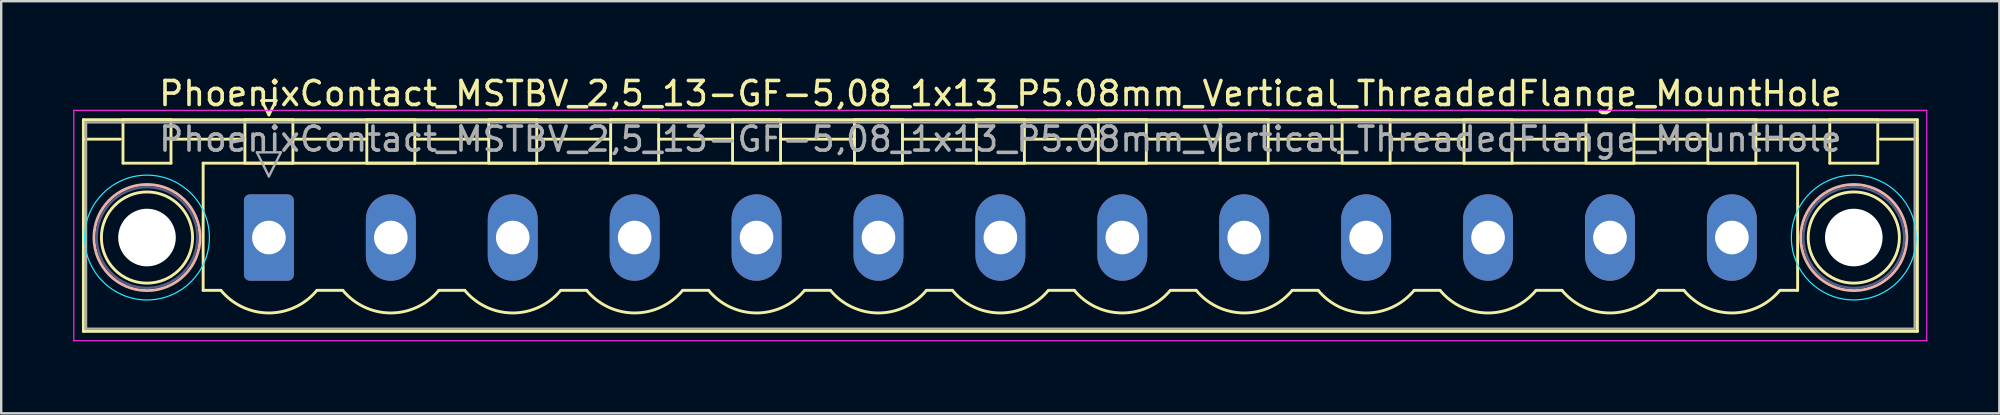
<source format=kicad_pcb>
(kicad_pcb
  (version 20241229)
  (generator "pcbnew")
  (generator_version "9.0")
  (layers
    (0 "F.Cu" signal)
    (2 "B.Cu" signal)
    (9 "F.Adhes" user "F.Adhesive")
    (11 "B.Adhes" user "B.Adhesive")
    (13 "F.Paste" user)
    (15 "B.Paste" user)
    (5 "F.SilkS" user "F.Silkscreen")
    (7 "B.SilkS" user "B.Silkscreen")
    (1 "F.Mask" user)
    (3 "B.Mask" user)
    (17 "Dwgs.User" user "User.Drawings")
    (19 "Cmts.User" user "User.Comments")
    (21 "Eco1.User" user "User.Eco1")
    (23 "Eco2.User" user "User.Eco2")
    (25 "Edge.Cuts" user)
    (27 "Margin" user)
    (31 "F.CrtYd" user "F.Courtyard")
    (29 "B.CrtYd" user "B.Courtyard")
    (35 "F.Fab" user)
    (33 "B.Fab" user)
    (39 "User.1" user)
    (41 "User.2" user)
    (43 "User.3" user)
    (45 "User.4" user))
  (footprint "PhoenixContact_MSTBV_2,5_13-GF-5,08_1x13_P5.08mm_Vertical_ThreadedFlange_MountHole"
    (layer "F.Cu")
    (at 8.155 6.848)
    (property "Reference" "PhoenixContact_MSTBV_2,5_13-GF-5,08_1x13_P5.08mm_Vertical_ThreadedFlange_MountHole" (at 30.48 -6 0) (layer "F.SilkS") (effects (font (size 1 1) (thickness 0.15))))
    (attr through_hole)
    (fp_line (start -7.73 -4.91) (end -7.73 3.91) (stroke (width 0.12) (type solid)) (layer "F.SilkS"))
    (fp_line (start -7.73 -4.1) (end -6.19 -4.1) (stroke (width 0.12) (type solid)) (layer "F.SilkS"))
    (fp_line (start -7.73 3.91) (end 68.69 3.91) (stroke (width 0.12) (type solid)) (layer "F.SilkS"))
    (fp_line (start -6.08 -4.91) (end -4.08 -4.91) (stroke (width 0.12) (type solid)) (layer "F.SilkS"))
    (fp_line (start -6.08 -3.1) (end -6.08 -4.91) (stroke (width 0.12) (type solid)) (layer "F.SilkS"))
    (fp_line (start -4.08 -4.91) (end -4.08 -3.1) (stroke (width 0.12) (type solid)) (layer "F.SilkS"))
    (fp_line (start -4.08 -4.1) (end -1 -4.1) (stroke (width 0.12) (type solid)) (layer "F.SilkS"))
    (fp_line (start -4.08 -3.1) (end -6.08 -3.1) (stroke (width 0.12) (type solid)) (layer "F.SilkS"))
    (fp_line (start -2.74 -3.1) (end 63.7 -3.1) (stroke (width 0.12) (type solid)) (layer "F.SilkS"))
    (fp_line (start -2.74 2.2) (end -2.74 -3.1) (stroke (width 0.12) (type solid)) (layer "F.SilkS"))
    (fp_line (start -2 2.2) (end -2.74 2.2) (stroke (width 0.12) (type solid)) (layer "F.SilkS"))
    (fp_line (start -1 -4.91) (end 1 -4.91) (stroke (width 0.12) (type solid)) (layer "F.SilkS"))
    (fp_line (start -1 -3.1) (end -1 -4.91) (stroke (width 0.12) (type solid)) (layer "F.SilkS"))
    (fp_line (start -0.3 -5.71) (end 0.3 -5.71) (stroke (width 0.12) (type solid)) (layer "F.SilkS"))
    (fp_line (start 0 -5.11) (end -0.3 -5.71) (stroke (width 0.12) (type solid)) (layer "F.SilkS"))
    (fp_line (start 0.3 -5.71) (end 0 -5.11) (stroke (width 0.12) (type solid)) (layer "F.SilkS"))
    (fp_line (start 1 -4.91) (end 1 -3.1) (stroke (width 0.12) (type solid)) (layer "F.SilkS"))
    (fp_line (start 1 -4.1) (end 4.08 -4.1) (stroke (width 0.12) (type solid)) (layer "F.SilkS"))
    (fp_line (start 1 -3.1) (end -1 -3.1) (stroke (width 0.12) (type solid)) (layer "F.SilkS"))
    (fp_line (start 2 2.2) (end 3.08 2.2) (stroke (width 0.12) (type solid)) (layer "F.SilkS"))
    (fp_line (start 4.08 -4.91) (end 6.08 -4.91) (stroke (width 0.12) (type solid)) (layer "F.SilkS"))
    (fp_line (start 4.08 -3.1) (end 4.08 -4.91) (stroke (width 0.12) (type solid)) (layer "F.SilkS"))
    (fp_line (start 6.08 -4.91) (end 6.08 -3.1) (stroke (width 0.12) (type solid)) (layer "F.SilkS"))
    (fp_line (start 6.08 -4.1) (end 9.16 -4.1) (stroke (width 0.12) (type solid)) (layer "F.SilkS"))
    (fp_line (start 6.08 -3.1) (end 4.08 -3.1) (stroke (width 0.12) (type solid)) (layer "F.SilkS"))
    (fp_line (start 7.08 2.2) (end 8.16 2.2) (stroke (width 0.12) (type solid)) (layer "F.SilkS"))
    (fp_line (start 9.16 -4.91) (end 11.16 -4.91) (stroke (width 0.12) (type solid)) (layer "F.SilkS"))
    (fp_line (start 9.16 -3.1) (end 9.16 -4.91) (stroke (width 0.12) (type solid)) (layer "F.SilkS"))
    (fp_line (start 11.16 -4.91) (end 11.16 -3.1) (stroke (width 0.12) (type solid)) (layer "F.SilkS"))
    (fp_line (start 11.16 -4.1) (end 14.24 -4.1) (stroke (width 0.12) (type solid)) (layer "F.SilkS"))
    (fp_line (start 11.16 -3.1) (end 9.16 -3.1) (stroke (width 0.12) (type solid)) (layer "F.SilkS"))
    (fp_line (start 12.16 2.2) (end 13.24 2.2) (stroke (width 0.12) (type solid)) (layer "F.SilkS"))
    (fp_line (start 14.24 -4.91) (end 16.24 -4.91) (stroke (width 0.12) (type solid)) (layer "F.SilkS"))
    (fp_line (start 14.24 -3.1) (end 14.24 -4.91) (stroke (width 0.12) (type solid)) (layer "F.SilkS"))
    (fp_line (start 16.24 -4.91) (end 16.24 -3.1) (stroke (width 0.12) (type solid)) (layer "F.SilkS"))
    (fp_line (start 16.24 -4.1) (end 19.32 -4.1) (stroke (width 0.12) (type solid)) (layer "F.SilkS"))
    (fp_line (start 16.24 -3.1) (end 14.24 -3.1) (stroke (width 0.12) (type solid)) (layer "F.SilkS"))
    (fp_line (start 17.24 2.2) (end 18.32 2.2) (stroke (width 0.12) (type solid)) (layer "F.SilkS"))
    (fp_line (start 19.32 -4.91) (end 21.32 -4.91) (stroke (width 0.12) (type solid)) (layer "F.SilkS"))
    (fp_line (start 19.32 -3.1) (end 19.32 -4.91) (stroke (width 0.12) (type solid)) (layer "F.SilkS"))
    (fp_line (start 21.32 -4.91) (end 21.32 -3.1) (stroke (width 0.12) (type solid)) (layer "F.SilkS"))
    (fp_line (start 21.32 -4.1) (end 24.4 -4.1) (stroke (width 0.12) (type solid)) (layer "F.SilkS"))
    (fp_line (start 21.32 -3.1) (end 19.32 -3.1) (stroke (width 0.12) (type solid)) (layer "F.SilkS"))
    (fp_line (start 22.32 2.2) (end 23.4 2.2) (stroke (width 0.12) (type solid)) (layer "F.SilkS"))
    (fp_line (start 24.4 -4.91) (end 26.4 -4.91) (stroke (width 0.12) (type solid)) (layer "F.SilkS"))
    (fp_line (start 24.4 -3.1) (end 24.4 -4.91) (stroke (width 0.12) (type solid)) (layer "F.SilkS"))
    (fp_line (start 26.4 -4.91) (end 26.4 -3.1) (stroke (width 0.12) (type solid)) (layer "F.SilkS"))
    (fp_line (start 26.4 -4.1) (end 29.48 -4.1) (stroke (width 0.12) (type solid)) (layer "F.SilkS"))
    (fp_line (start 26.4 -3.1) (end 24.4 -3.1) (stroke (width 0.12) (type solid)) (layer "F.SilkS"))
    (fp_line (start 27.4 2.2) (end 28.48 2.2) (stroke (width 0.12) (type solid)) (layer "F.SilkS"))
    (fp_line (start 29.48 -4.91) (end 31.48 -4.91) (stroke (width 0.12) (type solid)) (layer "F.SilkS"))
    (fp_line (start 29.48 -3.1) (end 29.48 -4.91) (stroke (width 0.12) (type solid)) (layer "F.SilkS"))
    (fp_line (start 31.48 -4.91) (end 31.48 -3.1) (stroke (width 0.12) (type solid)) (layer "F.SilkS"))
    (fp_line (start 31.48 -4.1) (end 34.56 -4.1) (stroke (width 0.12) (type solid)) (layer "F.SilkS"))
    (fp_line (start 31.48 -3.1) (end 29.48 -3.1) (stroke (width 0.12) (type solid)) (layer "F.SilkS"))
    (fp_line (start 32.48 2.2) (end 33.56 2.2) (stroke (width 0.12) (type solid)) (layer "F.SilkS"))
    (fp_line (start 34.56 -4.91) (end 36.56 -4.91) (stroke (width 0.12) (type solid)) (layer "F.SilkS"))
    (fp_line (start 34.56 -3.1) (end 34.56 -4.91) (stroke (width 0.12) (type solid)) (layer "F.SilkS"))
    (fp_line (start 36.56 -4.91) (end 36.56 -3.1) (stroke (width 0.12) (type solid)) (layer "F.SilkS"))
    (fp_line (start 36.56 -4.1) (end 39.64 -4.1) (stroke (width 0.12) (type solid)) (layer "F.SilkS"))
    (fp_line (start 36.56 -3.1) (end 34.56 -3.1) (stroke (width 0.12) (type solid)) (layer "F.SilkS"))
    (fp_line (start 37.56 2.2) (end 38.64 2.2) (stroke (width 0.12) (type solid)) (layer "F.SilkS"))
    (fp_line (start 39.64 -4.91) (end 41.64 -4.91) (stroke (width 0.12) (type solid)) (layer "F.SilkS"))
    (fp_line (start 39.64 -3.1) (end 39.64 -4.91) (stroke (width 0.12) (type solid)) (layer "F.SilkS"))
    (fp_line (start 41.64 -4.91) (end 41.64 -3.1) (stroke (width 0.12) (type solid)) (layer "F.SilkS"))
    (fp_line (start 41.64 -4.1) (end 44.72 -4.1) (stroke (width 0.12) (type solid)) (layer "F.SilkS"))
    (fp_line (start 41.64 -3.1) (end 39.64 -3.1) (stroke (width 0.12) (type solid)) (layer "F.SilkS"))
    (fp_line (start 42.64 2.2) (end 43.72 2.2) (stroke (width 0.12) (type solid)) (layer "F.SilkS"))
    (fp_line (start 44.72 -4.91) (end 46.72 -4.91) (stroke (width 0.12) (type solid)) (layer "F.SilkS"))
    (fp_line (start 44.72 -3.1) (end 44.72 -4.91) (stroke (width 0.12) (type solid)) (layer "F.SilkS"))
    (fp_line (start 46.72 -4.91) (end 46.72 -3.1) (stroke (width 0.12) (type solid)) (layer "F.SilkS"))
    (fp_line (start 46.72 -4.1) (end 49.8 -4.1) (stroke (width 0.12) (type solid)) (layer "F.SilkS"))
    (fp_line (start 46.72 -3.1) (end 44.72 -3.1) (stroke (width 0.12) (type solid)) (layer "F.SilkS"))
    (fp_line (start 47.72 2.2) (end 48.8 2.2) (stroke (width 0.12) (type solid)) (layer "F.SilkS"))
    (fp_line (start 49.8 -4.91) (end 51.8 -4.91) (stroke (width 0.12) (type solid)) (layer "F.SilkS"))
    (fp_line (start 49.8 -3.1) (end 49.8 -4.91) (stroke (width 0.12) (type solid)) (layer "F.SilkS"))
    (fp_line (start 51.8 -4.91) (end 51.8 -3.1) (stroke (width 0.12) (type solid)) (layer "F.SilkS"))
    (fp_line (start 51.8 -4.1) (end 54.88 -4.1) (stroke (width 0.12) (type solid)) (layer "F.SilkS"))
    (fp_line (start 51.8 -3.1) (end 49.8 -3.1) (stroke (width 0.12) (type solid)) (layer "F.SilkS"))
    (fp_line (start 52.8 2.2) (end 53.88 2.2) (stroke (width 0.12) (type solid)) (layer "F.SilkS"))
    (fp_line (start 54.88 -4.91) (end 56.88 -4.91) (stroke (width 0.12) (type solid)) (layer "F.SilkS"))
    (fp_line (start 54.88 -3.1) (end 54.88 -4.91) (stroke (width 0.12) (type solid)) (layer "F.SilkS"))
    (fp_line (start 56.88 -4.91) (end 56.88 -3.1) (stroke (width 0.12) (type solid)) (layer "F.SilkS"))
    (fp_line (start 56.88 -4.1) (end 59.96 -4.1) (stroke (width 0.12) (type solid)) (layer "F.SilkS"))
    (fp_line (start 56.88 -3.1) (end 54.88 -3.1) (stroke (width 0.12) (type solid)) (layer "F.SilkS"))
    (fp_line (start 57.88 2.2) (end 58.96 2.2) (stroke (width 0.12) (type solid)) (layer "F.SilkS"))
    (fp_line (start 59.96 -4.91) (end 61.96 -4.91) (stroke (width 0.12) (type solid)) (layer "F.SilkS"))
    (fp_line (start 59.96 -3.1) (end 59.96 -4.91) (stroke (width 0.12) (type solid)) (layer "F.SilkS"))
    (fp_line (start 61.96 -4.91) (end 61.96 -3.1) (stroke (width 0.12) (type solid)) (layer "F.SilkS"))
    (fp_line (start 61.96 -4.1) (end 65.04 -4.1) (stroke (width 0.12) (type solid)) (layer "F.SilkS"))
    (fp_line (start 61.96 -3.1) (end 59.96 -3.1) (stroke (width 0.12) (type solid)) (layer "F.SilkS"))
    (fp_line (start 63.7 -3.1) (end 63.7 2.2) (stroke (width 0.12) (type solid)) (layer "F.SilkS"))
    (fp_line (start 63.7 2.2) (end 62.96 2.2) (stroke (width 0.12) (type solid)) (layer "F.SilkS"))
    (fp_line (start 65.04 -4.91) (end 67.04 -4.91) (stroke (width 0.12) (type solid)) (layer "F.SilkS"))
    (fp_line (start 65.04 -3.1) (end 65.04 -4.91) (stroke (width 0.12) (type solid)) (layer "F.SilkS"))
    (fp_line (start 67.04 -4.91) (end 67.04 -3.1) (stroke (width 0.12) (type solid)) (layer "F.SilkS"))
    (fp_line (start 67.04 -3.1) (end 65.04 -3.1) (stroke (width 0.12) (type solid)) (layer "F.SilkS"))
    (fp_line (start 68.69 -4.91) (end -7.73 -4.91) (stroke (width 0.12) (type solid)) (layer "F.SilkS"))
    (fp_line (start 68.69 -4.1) (end 67.15 -4.1) (stroke (width 0.12) (type solid)) (layer "F.SilkS"))
    (fp_line (start 68.69 3.91) (end 68.69 -4.91) (stroke (width 0.12) (type solid)) (layer "F.SilkS"))
    (fp_arc (start 1.986842 2.215821) (mid -0.010289 3.142758) (end -2 2.2) (stroke (width 0.12) (type solid)) (layer "F.SilkS"))
    (fp_arc (start 7.066842 2.215821) (mid 5.069711 3.142758) (end 3.08 2.2) (stroke (width 0.12) (type solid)) (layer "F.SilkS"))
    (fp_arc (start 12.146842 2.215821) (mid 10.149711 3.142758) (end 8.16 2.2) (stroke (width 0.12) (type solid)) (layer "F.SilkS"))
    (fp_arc (start 17.226842 2.215821) (mid 15.229711 3.142758) (end 13.24 2.2) (stroke (width 0.12) (type solid)) (layer "F.SilkS"))
    (fp_arc (start 22.306842 2.215821) (mid 20.309711 3.142758) (end 18.32 2.2) (stroke (width 0.12) (type solid)) (layer "F.SilkS"))
    (fp_arc (start 27.386842 2.215821) (mid 25.389711 3.142758) (end 23.4 2.2) (stroke (width 0.12) (type solid)) (layer "F.SilkS"))
    (fp_arc (start 32.466842 2.215821) (mid 30.469711 3.142758) (end 28.48 2.2) (stroke (width 0.12) (type solid)) (layer "F.SilkS"))
    (fp_arc (start 37.546842 2.215821) (mid 35.549711 3.142758) (end 33.56 2.2) (stroke (width 0.12) (type solid)) (layer "F.SilkS"))
    (fp_arc (start 42.626842 2.215821) (mid 40.629711 3.142758) (end 38.64 2.2) (stroke (width 0.12) (type solid)) (layer "F.SilkS"))
    (fp_arc (start 47.706842 2.215821) (mid 45.709711 3.142758) (end 43.72 2.2) (stroke (width 0.12) (type solid)) (layer "F.SilkS"))
    (fp_arc (start 52.786842 2.215821) (mid 50.789711 3.142758) (end 48.8 2.2) (stroke (width 0.12) (type solid)) (layer "F.SilkS"))
    (fp_arc (start 57.866842 2.215821) (mid 55.869711 3.142758) (end 53.88 2.2) (stroke (width 0.12) (type solid)) (layer "F.SilkS"))
    (fp_arc (start 62.946842 2.215821) (mid 60.949711 3.142758) (end 58.96 2.2) (stroke (width 0.12) (type solid)) (layer "F.SilkS"))
    (fp_circle (center -5.08 0) (end -3.18 0) (stroke (width 0.12) (type solid)) (fill no) (layer "F.SilkS"))
    (fp_circle (center 66.04 0) (end 67.94 0) (stroke (width 0.12) (type solid)) (fill no) (layer "F.SilkS"))
    (fp_circle (center -5.08 0) (end -2.87 0) (stroke (width 0.12) (type solid)) (fill no) (layer "B.SilkS"))
    (fp_circle (center 66.04 0) (end 68.25 0) (stroke (width 0.12) (type solid)) (fill no) (layer "B.SilkS"))
    (fp_circle (center -5.08 0) (end -2.48 0) (stroke (width 0.05) (type solid)) (fill no) (layer "B.CrtYd"))
    (fp_circle (center 66.04 0) (end 68.64 0) (stroke (width 0.05) (type solid)) (fill no) (layer "B.CrtYd"))
    (fp_line (start -8.13 -5.3) (end -8.13 4.3) (stroke (width 0.05) (type solid)) (layer "F.CrtYd"))
    (fp_line (start -8.13 4.3) (end 69.08 4.3) (stroke (width 0.05) (type solid)) (layer "F.CrtYd"))
    (fp_line (start 69.08 -5.3) (end -8.13 -5.3) (stroke (width 0.05) (type solid)) (layer "F.CrtYd"))
    (fp_line (start 69.08 4.3) (end 69.08 -5.3) (stroke (width 0.05) (type solid)) (layer "F.CrtYd"))
    (fp_circle (center -5.08 0) (end -2.98 0) (stroke (width 0.1) (type solid)) (fill no) (layer "B.Fab"))
    (fp_circle (center 66.04 0) (end 68.14 0) (stroke (width 0.1) (type solid)) (fill no) (layer "B.Fab"))
    (fp_line (start -7.62 -4.8) (end -7.62 3.8) (stroke (width 0.1) (type solid)) (layer "F.Fab"))
    (fp_line (start -7.62 3.8) (end 68.58 3.8) (stroke (width 0.1) (type solid)) (layer "F.Fab"))
    (fp_line (start -0.5 -3.55) (end 0.5 -3.55) (stroke (width 0.1) (type solid)) (layer "F.Fab"))
    (fp_line (start 0 -2.55) (end -0.5 -3.55) (stroke (width 0.1) (type solid)) (layer "F.Fab"))
    (fp_line (start 0.5 -3.55) (end 0 -2.55) (stroke (width 0.1) (type solid)) (layer "F.Fab"))
    (fp_line (start 68.58 -4.8) (end -7.62 -4.8) (stroke (width 0.1) (type solid)) (layer "F.Fab"))
    (fp_line (start 68.58 3.8) (end 68.58 -4.8) (stroke (width 0.1) (type solid)) (layer "F.Fab"))
    (fp_text user "${REFERENCE}" (at 30.48 -4.1 0) (layer "F.Fab") (effects (font (size 1 1) (thickness 0.15))))
    (pad "" np_thru_hole circle (at -5.08 0) (size 2.4 2.4) (drill 2.4) (layers "*.Cu" "*.Mask"))
    (pad "" np_thru_hole circle (at 66.04 0) (size 2.4 2.4) (drill 2.4) (layers "*.Cu" "*.Mask"))
    (pad "1" thru_hole roundrect (at 0 0) (size 2.08 3.6) (drill 1.4) (layers "*.Cu" "*.Mask") (roundrect_rratio 0.12))
    (pad "2" thru_hole oval (at 5.08 0) (size 2.08 3.6) (drill 1.4) (layers "*.Cu" "*.Mask"))
    (pad "3" thru_hole oval (at 10.16 0) (size 2.08 3.6) (drill 1.4) (layers "*.Cu" "*.Mask"))
    (pad "4" thru_hole oval (at 15.24 0) (size 2.08 3.6) (drill 1.4) (layers "*.Cu" "*.Mask"))
    (pad "5" thru_hole oval (at 20.32 0) (size 2.08 3.6) (drill 1.4) (layers "*.Cu" "*.Mask"))
    (pad "6" thru_hole oval (at 25.4 0) (size 2.08 3.6) (drill 1.4) (layers "*.Cu" "*.Mask"))
    (pad "7" thru_hole oval (at 30.48 0) (size 2.08 3.6) (drill 1.4) (layers "*.Cu" "*.Mask"))
    (pad "8" thru_hole oval (at 35.56 0) (size 2.08 3.6) (drill 1.4) (layers "*.Cu" "*.Mask"))
    (pad "9" thru_hole oval (at 40.64 0) (size 2.08 3.6) (drill 1.4) (layers "*.Cu" "*.Mask"))
    (pad "10" thru_hole oval (at 45.72 0) (size 2.08 3.6) (drill 1.4) (layers "*.Cu" "*.Mask"))
    (pad "11" thru_hole oval (at 50.8 0) (size 2.08 3.6) (drill 1.4) (layers "*.Cu" "*.Mask"))
    (pad "12" thru_hole oval (at 55.88 0) (size 2.08 3.6) (drill 1.4) (layers "*.Cu" "*.Mask"))
    (pad "13" thru_hole oval (at 60.96 0) (size 2.08 3.6) (drill 1.4) (layers "*.Cu" "*.Mask")))
  (gr_rect
    (start -3 -3)
    (end 80.26 14.173)
    (stroke (width 0.1) (type default))
    (fill no)
    (layer "Edge.Cuts")))
</source>
